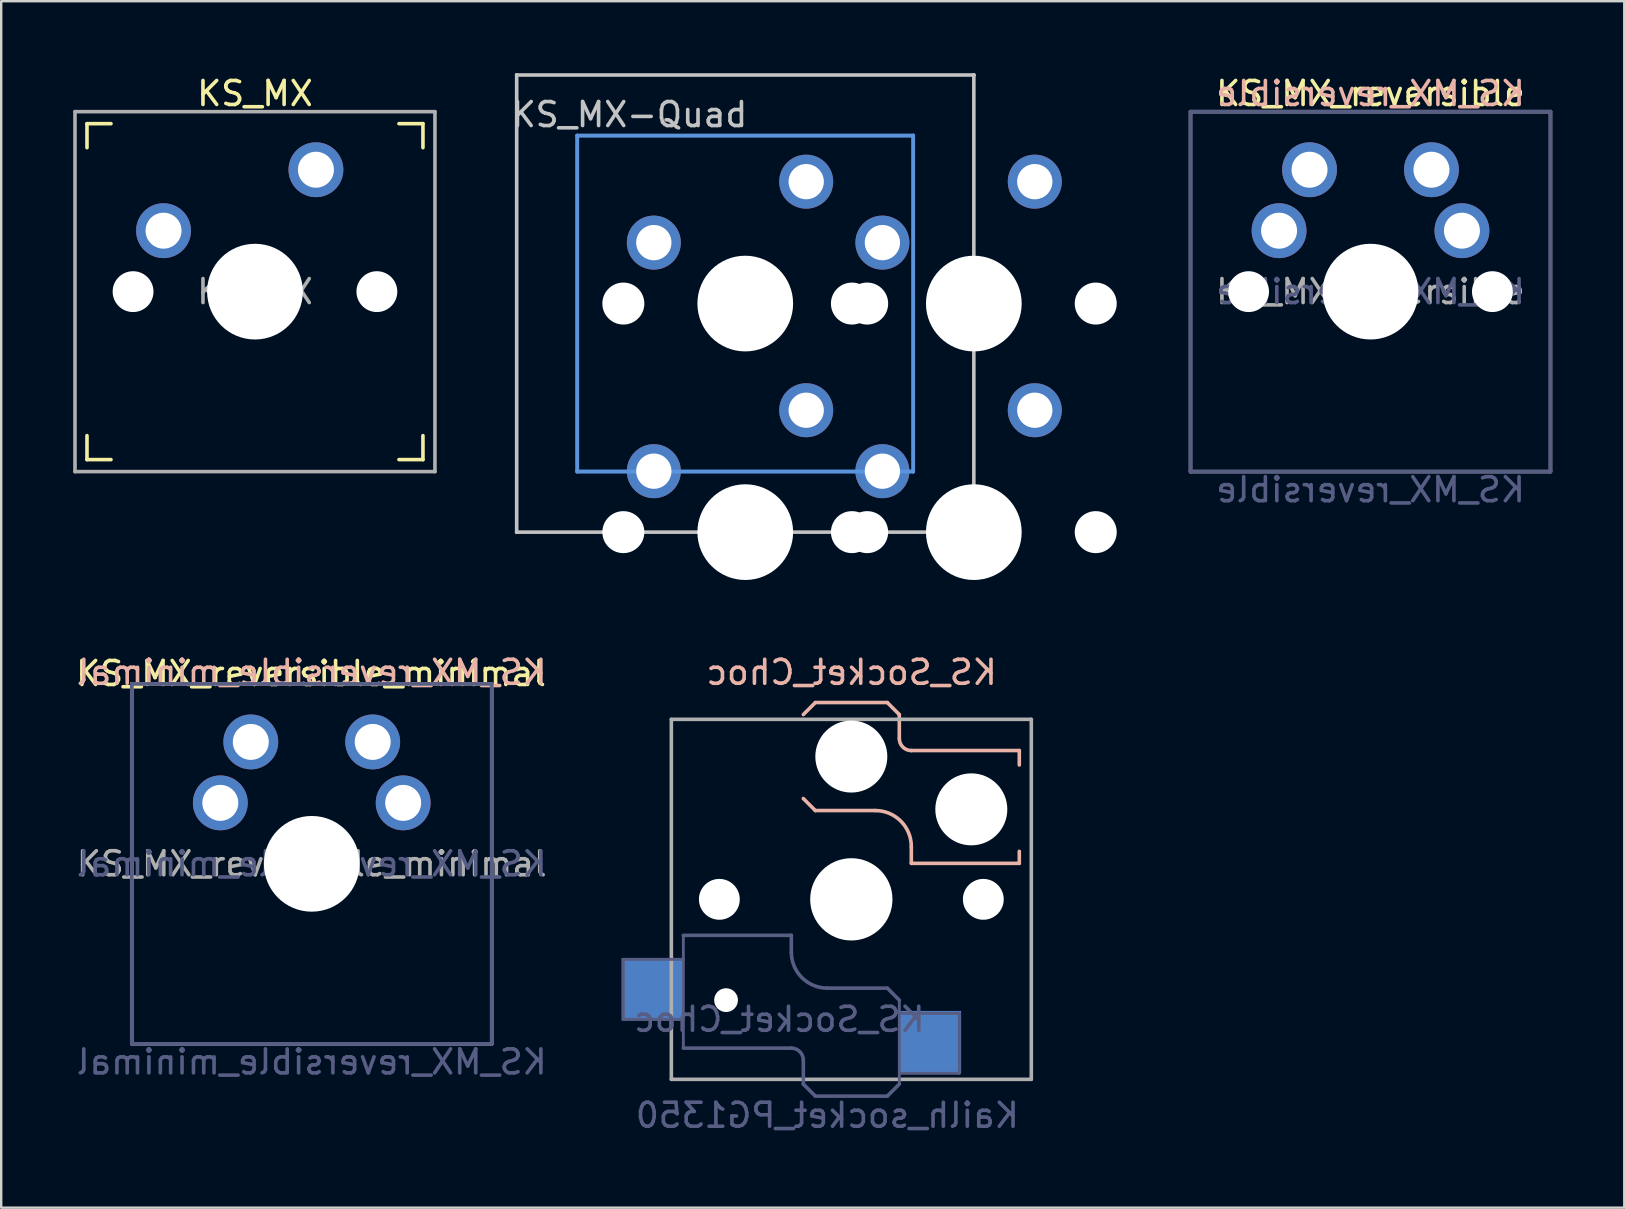
<source format=kicad_pcb>
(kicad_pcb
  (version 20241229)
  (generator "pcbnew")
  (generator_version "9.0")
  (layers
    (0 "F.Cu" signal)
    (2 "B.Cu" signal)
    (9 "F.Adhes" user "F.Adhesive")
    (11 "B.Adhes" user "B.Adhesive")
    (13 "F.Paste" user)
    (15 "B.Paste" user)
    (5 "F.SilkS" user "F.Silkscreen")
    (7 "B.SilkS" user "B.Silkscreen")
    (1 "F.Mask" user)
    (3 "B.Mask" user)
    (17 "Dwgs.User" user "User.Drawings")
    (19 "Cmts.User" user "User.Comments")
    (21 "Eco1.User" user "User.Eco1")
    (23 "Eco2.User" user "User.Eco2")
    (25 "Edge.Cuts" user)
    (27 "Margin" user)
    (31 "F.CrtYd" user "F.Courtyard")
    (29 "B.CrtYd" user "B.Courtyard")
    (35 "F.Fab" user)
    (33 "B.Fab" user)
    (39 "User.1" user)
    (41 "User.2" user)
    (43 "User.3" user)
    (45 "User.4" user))
  (footprint "KS_Socket_Choc"
    (layer "F.Cu")
    (at 32.426 34.427)
    (property "Reference" "KS_Socket_Choc" (at 0.01 -9.46 180) (layer "B.SilkS") (effects (font (size 1 1) (thickness 0.15)) (justify mirror)))
    (property "Value" "Kailh_socket_PG1350" (at 0 8.255 0) (layer "F.Fab") (hide yes) (effects (font (size 1 1) (thickness 0.15))))
    (attr smd)
    (fp_line (start -2 -7.7) (end -1.5 -8.2) (stroke (width 0.15) (type solid)) (layer "B.SilkS"))
    (fp_line (start -2 -4.2) (end -1.5 -3.7) (stroke (width 0.15) (type solid)) (layer "B.SilkS"))
    (fp_line (start -1.5 -8.2) (end 1.5 -8.2) (stroke (width 0.15) (type solid)) (layer "B.SilkS"))
    (fp_line (start -1.5 -3.7) (end 1 -3.7) (stroke (width 0.15) (type solid)) (layer "B.SilkS"))
    (fp_line (start 1.5 -8.2) (end 2 -7.7) (stroke (width 0.15) (type solid)) (layer "B.SilkS"))
    (fp_line (start 2 -6.7) (end 2 -7.7) (stroke (width 0.15) (type solid)) (layer "B.SilkS"))
    (fp_line (start 2.5 -2.2) (end 2.5 -1.5) (stroke (width 0.15) (type solid)) (layer "B.SilkS"))
    (fp_line (start 2.5 -1.5) (end 7 -1.5) (stroke (width 0.15) (type solid)) (layer "B.SilkS"))
    (fp_line (start 7 -6.2) (end 2.5 -6.2) (stroke (width 0.15) (type solid)) (layer "B.SilkS"))
    (fp_line (start 7 -5.6) (end 7 -6.2) (stroke (width 0.15) (type solid)) (layer "B.SilkS"))
    (fp_line (start 7 -1.5) (end 7 -2) (stroke (width 0.15) (type solid)) (layer "B.SilkS"))
    (fp_arc (start 1 -3.7) (mid 2.06066 -3.26066) (end 2.5 -2.2) (stroke (width 0.15) (type solid)) (layer "B.SilkS"))
    (fp_arc (start 2.5 -6.2) (mid 2.146447 -6.346447) (end 2 -6.7) (stroke (width 0.15) (type solid)) (layer "B.SilkS"))
    (fp_line (start -6.9 6.9) (end -6.9 -6.9) (stroke (width 0.15) (type solid)) (layer "Eco2.User"))
    (fp_line (start -6.9 6.9) (end 6.9 6.9) (stroke (width 0.15) (type solid)) (layer "Eco2.User"))
    (fp_line (start -2.6 -3.1) (end -2.6 -6.3) (stroke (width 0.15) (type solid)) (layer "Eco2.User"))
    (fp_line (start -2.6 -3.1) (end 2.6 -3.1) (stroke (width 0.15) (type solid)) (layer "Eco2.User"))
    (fp_line (start 2.6 -6.3) (end -2.6 -6.3) (stroke (width 0.15) (type solid)) (layer "Eco2.User"))
    (fp_line (start 2.6 -3.1) (end 2.6 -6.3) (stroke (width 0.15) (type solid)) (layer "Eco2.User"))
    (fp_line (start 6.9 -6.9) (end -6.9 -6.9) (stroke (width 0.15) (type solid)) (layer "Eco2.User"))
    (fp_line (start 6.9 -6.9) (end 6.9 6.9) (stroke (width 0.15) (type solid)) (layer "Eco2.User"))
    (fp_line (start -9.5 2.5) (end -7 2.5) (stroke (width 0.12) (type solid)) (layer "B.Fab"))
    (fp_line (start -9.5 5) (end -9.5 2.5) (stroke (width 0.12) (type solid)) (layer "B.Fab"))
    (fp_line (start -7 1.5) (end -7 6.2) (stroke (width 0.12) (type solid)) (layer "B.Fab"))
    (fp_line (start -7 5) (end -9.5 5) (stroke (width 0.12) (type solid)) (layer "B.Fab"))
    (fp_line (start -7 6.2) (end -2.5 6.2) (stroke (width 0.15) (type solid)) (layer "B.Fab"))
    (fp_line (start -2.5 1.5) (end -7 1.5) (stroke (width 0.15) (type solid)) (layer "B.Fab"))
    (fp_line (start -2.5 2.2) (end -2.5 1.5) (stroke (width 0.15) (type solid)) (layer "B.Fab"))
    (fp_line (start -2 6.7) (end -2 7.7) (stroke (width 0.15) (type solid)) (layer "B.Fab"))
    (fp_line (start -1.5 8.2) (end -2 7.7) (stroke (width 0.15) (type solid)) (layer "B.Fab"))
    (fp_line (start 1.5 3.7) (end -1 3.7) (stroke (width 0.15) (type solid)) (layer "B.Fab"))
    (fp_line (start 1.5 8.2) (end -1.5 8.2) (stroke (width 0.15) (type solid)) (layer "B.Fab"))
    (fp_line (start 2 4.2) (end 1.5 3.7) (stroke (width 0.15) (type solid)) (layer "B.Fab"))
    (fp_line (start 2 4.25) (end 2 7.7) (stroke (width 0.12) (type solid)) (layer "B.Fab"))
    (fp_line (start 2 4.75) (end 4.5 4.75) (stroke (width 0.12) (type solid)) (layer "B.Fab"))
    (fp_line (start 2 7.7) (end 1.5 8.2) (stroke (width 0.15) (type solid)) (layer "B.Fab"))
    (fp_line (start 4.5 4.75) (end 4.5 7.25) (stroke (width 0.12) (type solid)) (layer "B.Fab"))
    (fp_line (start 4.5 7.25) (end 2 7.25) (stroke (width 0.12) (type solid)) (layer "B.Fab"))
    (fp_arc (start -2.5 6.2) (mid -2.146447 6.346447) (end -2 6.7) (stroke (width 0.15) (type solid)) (layer "B.Fab"))
    (fp_arc (start -1 3.7) (mid -2.06066 3.26066) (end -2.5 2.2) (stroke (width 0.15) (type solid)) (layer "B.Fab"))
    (fp_line (start -7.5 -7.5) (end 7.5 -7.5) (stroke (width 0.15) (type solid)) (layer "F.Fab"))
    (fp_line (start -7.5 7.5) (end -7.5 -7.5) (stroke (width 0.15) (type solid)) (layer "F.Fab"))
    (fp_line (start 7.5 -7.5) (end 7.5 7.5) (stroke (width 0.15) (type solid)) (layer "F.Fab"))
    (fp_line (start 7.5 7.5) (end -7.5 7.5) (stroke (width 0.15) (type solid)) (layer "F.Fab"))
    (fp_text user "${VALUE}" (at -1 9 0) (layer "B.Fab") (effects (font (size 1 1) (thickness 0.15)) (justify mirror)))
    (fp_text user "${REFERENCE}" (at -3 5 0) (layer "B.Fab") (effects (font (size 1 1) (thickness 0.15)) (justify mirror)))
    (pad "" np_thru_hole circle (at -5.5 0 180) (size 1.702 1.702) (drill 1.702) (layers "*.Cu" "*.Mask"))
    (pad "" np_thru_hole circle (at -5.22 4.2 180) (size 0.991 0.991) (drill 0.991) (layers "*.Cu" "*.Mask"))
    (pad "" np_thru_hole circle (at 0 -5.95 180) (size 3 3) (drill 3) (layers "*.Cu" "*.Mask"))
    (pad "" np_thru_hole circle (at 0 0 180) (size 3.429 3.429) (drill 3.429) (layers "*.Cu" "*.Mask"))
    (pad "" np_thru_hole circle (at 5 -3.75 180) (size 3 3) (drill 3) (layers "*.Cu" "*.Mask"))
    (pad "" np_thru_hole circle (at 5.5 0 180) (size 1.702 1.702) (drill 1.702) (layers "*.Cu" "*.Mask"))
    (pad "1" smd rect (at 3.275 5.95) (size 2.6 2.6) (layers "B.Cu" "B.Mask" "B.Paste"))
    (pad "2" smd rect (at -8.275 3.75) (size 2.6 2.6) (layers "B.Cu" "B.Mask" "B.Paste")))
  (footprint "KS_MX"
    (layer "F.Cu")
    (at 7.575 9.103)
    (property "Reference" "KS_MX" (at 0 -8.255 0) (layer "F.SilkS") (effects (font (size 1 1) (thickness 0.15))))
    (attr through_hole)
    (fp_line (start -7 -6) (end -7 -7) (stroke (width 0.15) (type solid)) (layer "F.SilkS"))
    (fp_line (start -7 7) (end -7 6) (stroke (width 0.15) (type solid)) (layer "F.SilkS"))
    (fp_line (start -7 7) (end -6 7) (stroke (width 0.15) (type solid)) (layer "F.SilkS"))
    (fp_line (start -6 -7) (end -7 -7) (stroke (width 0.15) (type solid)) (layer "F.SilkS"))
    (fp_line (start 6 7) (end 7 7) (stroke (width 0.15) (type solid)) (layer "F.SilkS"))
    (fp_line (start 7 -7) (end 6 -7) (stroke (width 0.15) (type solid)) (layer "F.SilkS"))
    (fp_line (start 7 -7) (end 7 -6) (stroke (width 0.15) (type solid)) (layer "F.SilkS"))
    (fp_line (start 7 6) (end 7 7) (stroke (width 0.15) (type solid)) (layer "F.SilkS"))
    (fp_line (start -6.9 6.9) (end -6.9 -6.9) (stroke (width 0.15) (type solid)) (layer "Eco2.User"))
    (fp_line (start -6.9 6.9) (end 6.9 6.9) (stroke (width 0.15) (type solid)) (layer "Eco2.User"))
    (fp_line (start 6.9 -6.9) (end -6.9 -6.9) (stroke (width 0.15) (type solid)) (layer "Eco2.User"))
    (fp_line (start 6.9 -6.9) (end 6.9 6.9) (stroke (width 0.15) (type solid)) (layer "Eco2.User"))
    (fp_line (start -7.5 -7.5) (end 7.5 -7.5) (stroke (width 0.15) (type solid)) (layer "F.Fab"))
    (fp_line (start -7.5 7.5) (end -7.5 -7.5) (stroke (width 0.15) (type solid)) (layer "F.Fab"))
    (fp_line (start 7.5 -7.5) (end 7.5 7.5) (stroke (width 0.15) (type solid)) (layer "F.Fab"))
    (fp_line (start 7.5 7.5) (end -7.5 7.5) (stroke (width 0.15) (type solid)) (layer "F.Fab"))
    (fp_text user "${REFERENCE}" (at 0 0 0) (layer "F.Fab") (effects (font (size 1 1) (thickness 0.15))))
    (pad "" np_thru_hole circle (at -5.08 0) (size 1.702 1.702) (drill 1.702) (layers "*.Cu" "*.Mask"))
    (pad "" np_thru_hole circle (at 0 0) (size 3.988 3.988) (drill 3.988) (layers "*.Cu" "*.Mask"))
    (pad "" np_thru_hole circle (at 5.08 0) (size 1.702 1.702) (drill 1.702) (layers "*.Cu" "*.Mask"))
    (pad "1" thru_hole circle (at 2.54 -5.08) (size 2.286 2.286) (drill 1.499) (layers "*.Cu" "*.Mask"))
    (pad "2" thru_hole circle (at -3.81 -2.54) (size 2.286 2.286) (drill 1.499) (layers "*.Cu" "*.Mask")))
  (footprint "KS_MX-Quad"
    (layer "F.Cu")
    (at 28.006 9.6)
    (property "Reference" "KS_MX-Quad" (at -4.826 -7.874 0) (layer "Dwgs.User") (effects (font (size 1 1) (thickness 0.15))))
    (attr through_hole)
    (fp_line (start -9.525 -9.525) (end -9.525 -9.525) (stroke (width 0.15) (type solid)) (layer "Dwgs.User"))
    (fp_line (start -9.525 -9.525) (end -9.525 -9.525) (stroke (width 0.15) (type solid)) (layer "Dwgs.User"))
    (fp_line (start -9.525 -9.525) (end -9.525 9.525) (stroke (width 0.15) (type solid)) (layer "Dwgs.User"))
    (fp_line (start -9.525 -9.525) (end 9.525 -9.525) (stroke (width 0.15) (type solid)) (layer "Dwgs.User"))
    (fp_line (start -9.525 9.525) (end -9.525 9.525) (stroke (width 0.15) (type solid)) (layer "Dwgs.User"))
    (fp_line (start -9.525 9.525) (end -9.525 9.525) (stroke (width 0.15) (type solid)) (layer "Dwgs.User"))
    (fp_line (start -9.525 9.525) (end 9.525 9.525) (stroke (width 0.15) (type solid)) (layer "Dwgs.User"))
    (fp_line (start 9.525 -9.525) (end 9.525 -9.525) (stroke (width 0.15) (type solid)) (layer "Dwgs.User"))
    (fp_line (start 9.525 -9.525) (end 9.525 -9.525) (stroke (width 0.15) (type solid)) (layer "Dwgs.User"))
    (fp_line (start 9.525 9.525) (end 9.525 -9.525) (stroke (width 0.15) (type solid)) (layer "Dwgs.User"))
    (fp_line (start 9.525 9.525) (end 9.525 9.525) (stroke (width 0.15) (type solid)) (layer "Dwgs.User"))
    (fp_line (start 9.525 9.525) (end 9.525 9.525) (stroke (width 0.15) (type solid)) (layer "Dwgs.User"))
    (fp_line (start -7 -7) (end -7 -7) (stroke (width 0.15) (type solid)) (layer "Cmts.User"))
    (fp_line (start -7 -7) (end -7 -7) (stroke (width 0.15) (type solid)) (layer "Cmts.User"))
    (fp_line (start -7 -7) (end -7 7) (stroke (width 0.15) (type solid)) (layer "Cmts.User"))
    (fp_line (start -7 -7) (end 7 -7) (stroke (width 0.15) (type solid)) (layer "Cmts.User"))
    (fp_line (start -7 7) (end -7 -7) (stroke (width 0.15) (type solid)) (layer "Cmts.User"))
    (fp_line (start -7 7) (end -7 7) (stroke (width 0.15) (type solid)) (layer "Cmts.User"))
    (fp_line (start -7 7) (end -7 7) (stroke (width 0.15) (type solid)) (layer "Cmts.User"))
    (fp_line (start -7 7) (end 7 7) (stroke (width 0.15) (type solid)) (layer "Cmts.User"))
    (fp_line (start 7 -7) (end -7 -7) (stroke (width 0.15) (type solid)) (layer "Cmts.User"))
    (fp_line (start 7 -7) (end 7 -7) (stroke (width 0.15) (type solid)) (layer "Cmts.User"))
    (fp_line (start 7 -7) (end 7 -7) (stroke (width 0.15) (type solid)) (layer "Cmts.User"))
    (fp_line (start 7 -7) (end 7 7) (stroke (width 0.15) (type solid)) (layer "Cmts.User"))
    (fp_line (start 7 7) (end -7 7) (stroke (width 0.15) (type solid)) (layer "Cmts.User"))
    (fp_line (start 7 7) (end 7 -7) (stroke (width 0.15) (type solid)) (layer "Cmts.User"))
    (fp_line (start 7 7) (end 7 7) (stroke (width 0.15) (type solid)) (layer "Cmts.User"))
    (fp_line (start 7 7) (end 7 7) (stroke (width 0.15) (type solid)) (layer "Cmts.User"))
    (pad "" np_thru_hole circle (at -5.08 0) (size 1.75 1.75) (drill 1.75) (layers "*.Cu" "*.Mask"))
    (pad "" np_thru_hole circle (at -5.08 9.525) (size 1.75 1.75) (drill 1.75) (layers "*.Cu" "*.Mask"))
    (pad "" np_thru_hole circle (at 0 0) (size 3.988 3.988) (drill 3.988) (layers "*.Cu" "*.Mask"))
    (pad "" np_thru_hole circle (at 0 9.525) (size 3.988 3.988) (drill 3.988) (layers "*.Cu" "*.Mask"))
    (pad "" np_thru_hole circle (at 4.445 0) (size 1.75 1.75) (drill 1.75) (layers "*.Cu" "*.Mask"))
    (pad "" np_thru_hole circle (at 4.445 9.525) (size 1.75 1.75) (drill 1.75) (layers "*.Cu" "*.Mask"))
    (pad "" np_thru_hole circle (at 5.08 0) (size 1.75 1.75) (drill 1.75) (layers "*.Cu" "*.Mask"))
    (pad "" np_thru_hole circle (at 5.08 9.525) (size 1.75 1.75) (drill 1.75) (layers "*.Cu" "*.Mask"))
    (pad "" np_thru_hole circle (at 9.525 0) (size 3.988 3.988) (drill 3.988) (layers "*.Cu" "*.Mask"))
    (pad "" np_thru_hole circle (at 9.525 9.525) (size 3.988 3.988) (drill 3.988) (layers "*.Cu" "*.Mask"))
    (pad "" np_thru_hole circle (at 14.605 0) (size 1.75 1.75) (drill 1.75) (layers "*.Cu" "*.Mask"))
    (pad "" np_thru_hole circle (at 14.605 9.525) (size 1.75 1.75) (drill 1.75) (layers "*.Cu" "*.Mask"))
    (pad "1" thru_hole circle (at -3.81 -2.54) (size 2.25 2.25) (drill 1.47) (layers "*.Cu" "*.Mask"))
    (pad "1" thru_hole circle (at -3.81 6.985) (size 2.25 2.25) (drill 1.47) (layers "*.Cu" "*.Mask"))
    (pad "1" thru_hole circle (at 5.715 -2.54) (size 2.25 2.25) (drill 1.47) (layers "*.Cu" "*.Mask"))
    (pad "1" thru_hole circle (at 5.715 6.985) (size 2.25 2.25) (drill 1.47) (layers "*.Cu" "*.Mask"))
    (pad "2" thru_hole circle (at 2.54 -5.08) (size 2.25 2.25) (drill 1.47) (layers "*.Cu" "*.Mask"))
    (pad "2" thru_hole circle (at 2.54 4.445) (size 2.25 2.25) (drill 1.47) (layers "*.Cu" "*.Mask"))
    (pad "2" thru_hole circle (at 12.065 -5.08) (size 2.25 2.25) (drill 1.47) (layers "*.Cu" "*.Mask"))
    (pad "2" thru_hole circle (at 12.065 4.445) (size 2.25 2.25) (drill 1.47) (layers "*.Cu" "*.Mask")))
  (footprint "KS_MX_reversible"
    (layer "F.Cu")
    (at 54.061 9.103)
    (property "Reference" "KS_MX_reversible" (at 0 -8.255 0) (layer "F.SilkS") (effects (font (size 1 1) (thickness 0.15))))
    (property "Value" "KS_MX_reversible" (at 0 8.255 0) (layer "F.Fab") (hide yes) (effects (font (size 1 1) (thickness 0.15))))
    (attr through_hole)
    (fp_line (start -6.9 6.9) (end -6.9 -6.9) (stroke (width 0.15) (type solid)) (layer "Eco2.User"))
    (fp_line (start -6.9 6.9) (end 6.9 6.9) (stroke (width 0.15) (type solid)) (layer "Eco2.User"))
    (fp_line (start 6.9 -6.9) (end -6.9 -6.9) (stroke (width 0.15) (type solid)) (layer "Eco2.User"))
    (fp_line (start 6.9 -6.9) (end 6.9 6.9) (stroke (width 0.15) (type solid)) (layer "Eco2.User"))
    (fp_line (start -7.5 -7.5) (end 7.5 -7.5) (stroke (width 0.15) (type solid)) (layer "B.Fab"))
    (fp_line (start -7.5 7.5) (end -7.5 -7.5) (stroke (width 0.15) (type solid)) (layer "B.Fab"))
    (fp_line (start 7.5 -7.5) (end 7.5 7.5) (stroke (width 0.15) (type solid)) (layer "B.Fab"))
    (fp_line (start 7.5 7.5) (end -7.5 7.5) (stroke (width 0.15) (type solid)) (layer "B.Fab"))
    (fp_line (start -7.5 -7.5) (end 7.5 -7.5) (stroke (width 0.15) (type solid)) (layer "F.Fab"))
    (fp_line (start -7.5 7.5) (end -7.5 -7.5) (stroke (width 0.15) (type solid)) (layer "F.Fab"))
    (fp_line (start 7.5 -7.5) (end 7.5 7.5) (stroke (width 0.15) (type solid)) (layer "F.Fab"))
    (fp_line (start 7.5 7.5) (end -7.5 7.5) (stroke (width 0.15) (type solid)) (layer "F.Fab"))
    (fp_text user "${REFERENCE}" (at 0 -8.255 0) (layer "B.SilkS") (effects (font (size 1 1) (thickness 0.15)) (justify mirror)))
    (fp_text user "${VALUE}" (at 0 8.255 0) (layer "B.Fab") (effects (font (size 1 1) (thickness 0.15)) (justify mirror)))
    (fp_text user "${REFERENCE}" (at 0 0 0) (layer "B.Fab") (effects (font (size 1 1) (thickness 0.15)) (justify mirror)))
    (fp_text user "${REFERENCE}" (at 0 0 0) (layer "F.Fab") (effects (font (size 1 1) (thickness 0.15))))
    (pad "" np_thru_hole circle (at -5.08 0) (size 1.702 1.702) (drill 1.702) (layers "*.Cu" "*.Mask"))
    (pad "" np_thru_hole circle (at 0 0) (size 3.988 3.988) (drill 3.988) (layers "*.Cu" "*.Mask"))
    (pad "" np_thru_hole circle (at 5.08 0) (size 1.702 1.702) (drill 1.702) (layers "*.Cu" "*.Mask"))
    (pad "1" thru_hole circle (at -3.81 -2.54) (size 2.286 2.286) (drill 1.499) (layers "*.Cu" "*.Mask"))
    (pad "1" thru_hole circle (at -2.54 -5.08) (size 2.286 2.286) (drill 1.499) (layers "*.Cu" "*.Mask"))
    (pad "2" thru_hole circle (at 2.54 -5.08) (size 2.286 2.286) (drill 1.499) (layers "*.Cu" "*.Mask"))
    (pad "2" thru_hole circle (at 3.81 -2.54) (size 2.286 2.286) (drill 1.499) (layers "*.Cu" "*.Mask")))
  (footprint "KS_MX_reversible_minimal"
    (layer "F.Cu")
    (at 9.941 32.947)
    (property "Reference" "KS_MX_reversible_minimal" (at -0.03 -7.93 0) (layer "F.SilkS") (effects (font (size 1 1) (thickness 0.15))))
    (property "Value" "KS_MX_reversible_minimal" (at 0 8.255 0) (layer "F.Fab") (hide yes) (effects (font (size 1 1) (thickness 0.15))))
    (attr through_hole)
    (fp_line (start -6.9 6.9) (end -6.9 -6.9) (stroke (width 0.15) (type solid)) (layer "Eco2.User"))
    (fp_line (start -6.9 6.9) (end 6.9 6.9) (stroke (width 0.15) (type solid)) (layer "Eco2.User"))
    (fp_line (start 6.9 -6.9) (end -6.9 -6.9) (stroke (width 0.15) (type solid)) (layer "Eco2.User"))
    (fp_line (start 6.9 -6.9) (end 6.9 6.9) (stroke (width 0.15) (type solid)) (layer "Eco2.User"))
    (fp_line (start -7.5 -7.5) (end 7.5 -7.5) (stroke (width 0.15) (type solid)) (layer "B.Fab"))
    (fp_line (start -7.5 7.5) (end -7.5 -7.5) (stroke (width 0.15) (type solid)) (layer "B.Fab"))
    (fp_line (start 7.5 -7.5) (end 7.5 7.5) (stroke (width 0.15) (type solid)) (layer "B.Fab"))
    (fp_line (start 7.5 7.5) (end -7.5 7.5) (stroke (width 0.15) (type solid)) (layer "B.Fab"))
    (fp_line (start -7.5 -7.5) (end 7.5 -7.5) (stroke (width 0.15) (type solid)) (layer "F.Fab"))
    (fp_line (start -7.5 7.5) (end -7.5 -7.5) (stroke (width 0.15) (type solid)) (layer "F.Fab"))
    (fp_line (start 7.5 -7.5) (end 7.5 7.5) (stroke (width 0.15) (type solid)) (layer "F.Fab"))
    (fp_line (start 7.5 7.5) (end -7.5 7.5) (stroke (width 0.15) (type solid)) (layer "F.Fab"))
    (fp_text user "${REFERENCE}" (at 0 -7.98 0) (layer "B.SilkS") (effects (font (size 1 1) (thickness 0.15)) (justify mirror)))
    (fp_text user "${REFERENCE}" (at 0 0 0) (layer "B.Fab") (effects (font (size 1 1) (thickness 0.15)) (justify mirror)))
    (fp_text user "${VALUE}" (at 0 8.255 0) (layer "B.Fab") (effects (font (size 1 1) (thickness 0.15)) (justify mirror)))
    (fp_text user "${REFERENCE}" (at 0 0 0) (layer "F.Fab") (effects (font (size 1 1) (thickness 0.15))))
    (pad "" np_thru_hole circle (at 0 0) (size 3.988 3.988) (drill 3.988) (layers "*.Cu" "*.Mask"))
    (pad "1" thru_hole circle (at -3.81 -2.54) (size 2.286 2.286) (drill 1.499) (layers "*.Cu" "*.Mask"))
    (pad "1" thru_hole circle (at -2.54 -5.08) (size 2.286 2.286) (drill 1.499) (layers "*.Cu" "*.Mask"))
    (pad "2" thru_hole circle (at 2.54 -5.08) (size 2.286 2.286) (drill 1.499) (layers "*.Cu" "*.Mask"))
    (pad "2" thru_hole circle (at 3.81 -2.54) (size 2.286 2.286) (drill 1.499) (layers "*.Cu" "*.Mask")))
  (gr_rect
    (start -3 -3)
    (end 64.636 47.275)
    (stroke (width 0.1) (type default))
    (fill no)
    (layer "Edge.Cuts")))
</source>
